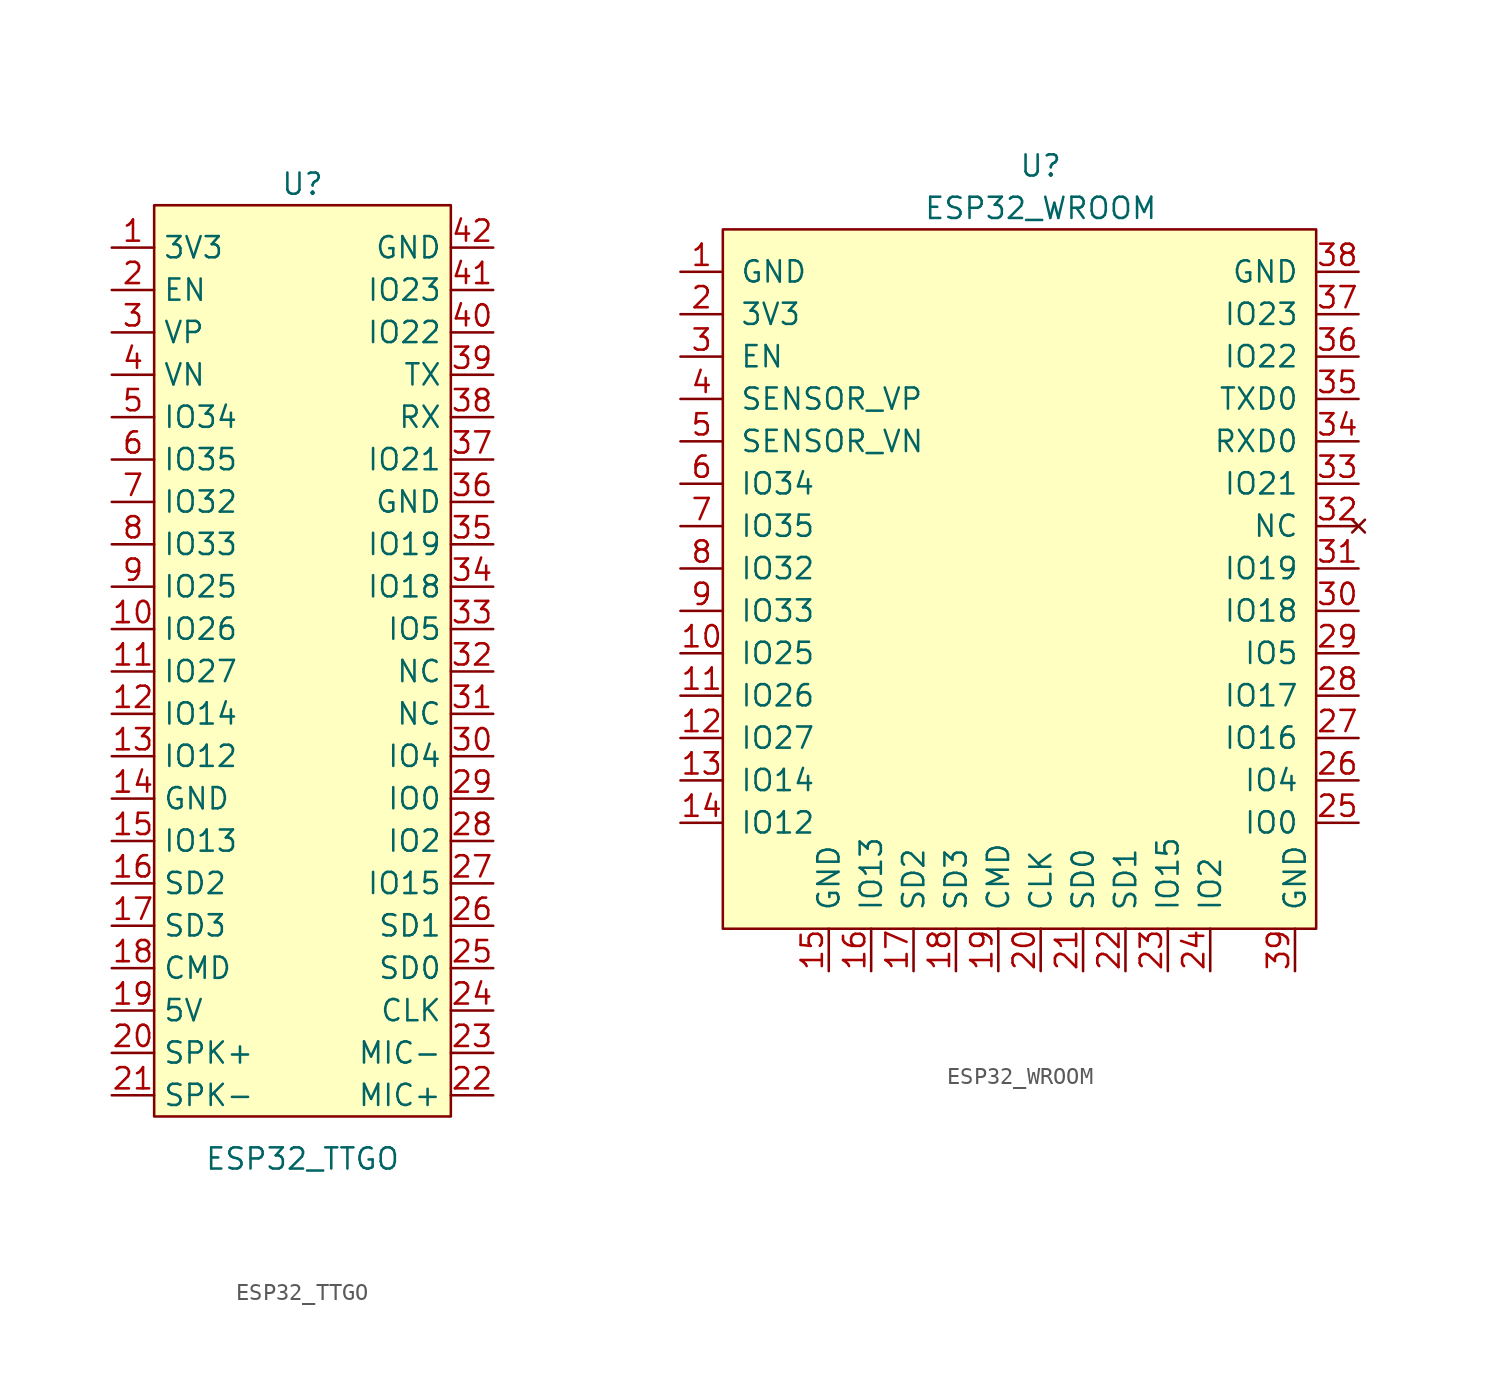
<source format=kicad_sym>
(kicad_symbol_lib
  (version 20211014)
  (generator kicad_symbol_editor)
  (symbol "ESP32_TTGO"
    (property "Reference" "U"
      (at 0 29.21 0)
      (effects (font (size 1.27 1.27))))
    (property "Value" "ESP32_TTGO"
      (at 0 -29.21 0)
      (effects (font (size 1.27 1.27))))
    (symbol "ESP32_TTGO_0_1"
      (rectangle (start -8.89 27.94) (end 8.89 -26.67) (stroke (width 0) (type default) (color 0 0 0 0)) (fill (type background))))
    (symbol "ESP32_TTGO_1_1"
      (pin input line (at -11.43 25.4 0) (length 2.54) (name "3V3" (effects (font (size 1.27 1.27)))) (number "1" (effects (font (size 1.27 1.27)))))
      (pin input line (at -11.43 2.54 0) (length 2.54) (name "IO26" (effects (font (size 1.27 1.27)))) (number "10" (effects (font (size 1.27 1.27)))))
      (pin input line (at -11.43 0 0) (length 2.54) (name "IO27" (effects (font (size 1.27 1.27)))) (number "11" (effects (font (size 1.27 1.27)))))
      (pin input line (at -11.43 -2.54 0) (length 2.54) (name "IO14" (effects (font (size 1.27 1.27)))) (number "12" (effects (font (size 1.27 1.27)))))
      (pin input line (at -11.43 -5.08 0) (length 2.54) (name "IO12" (effects (font (size 1.27 1.27)))) (number "13" (effects (font (size 1.27 1.27)))))
      (pin input line (at -11.43 -7.62 0) (length 2.54) (name "GND" (effects (font (size 1.27 1.27)))) (number "14" (effects (font (size 1.27 1.27)))))
      (pin input line (at -11.43 -10.16 0) (length 2.54) (name "IO13" (effects (font (size 1.27 1.27)))) (number "15" (effects (font (size 1.27 1.27)))))
      (pin input line (at -11.43 -12.7 0) (length 2.54) (name "SD2" (effects (font (size 1.27 1.27)))) (number "16" (effects (font (size 1.27 1.27)))))
      (pin input line (at -11.43 -15.24 0) (length 2.54) (name "SD3" (effects (font (size 1.27 1.27)))) (number "17" (effects (font (size 1.27 1.27)))))
      (pin input line (at -11.43 -17.78 0) (length 2.54) (name "CMD" (effects (font (size 1.27 1.27)))) (number "18" (effects (font (size 1.27 1.27)))))
      (pin input line (at -11.43 -20.32 0) (length 2.54) (name "5V" (effects (font (size 1.27 1.27)))) (number "19" (effects (font (size 1.27 1.27)))))
      (pin input line (at -11.43 22.86 0) (length 2.54) (name "EN" (effects (font (size 1.27 1.27)))) (number "2" (effects (font (size 1.27 1.27)))))
      (pin input line (at -11.43 -22.86 0) (length 2.54) (name "SPK+" (effects (font (size 1.27 1.27)))) (number "20" (effects (font (size 1.27 1.27)))))
      (pin input line (at -11.43 -25.4 0) (length 2.54) (name "SPK-" (effects (font (size 1.27 1.27)))) (number "21" (effects (font (size 1.27 1.27)))))
      (pin input line (at 11.43 -25.4 180) (length 2.54) (name "MIC+" (effects (font (size 1.27 1.27)))) (number "22" (effects (font (size 1.27 1.27)))))
      (pin input line (at 11.43 -22.86 180) (length 2.54) (name "MIC-" (effects (font (size 1.27 1.27)))) (number "23" (effects (font (size 1.27 1.27)))))
      (pin input line (at 11.43 -20.32 180) (length 2.54) (name "CLK" (effects (font (size 1.27 1.27)))) (number "24" (effects (font (size 1.27 1.27)))))
      (pin input line (at 11.43 -17.78 180) (length 2.54) (name "SD0" (effects (font (size 1.27 1.27)))) (number "25" (effects (font (size 1.27 1.27)))))
      (pin input line (at 11.43 -15.24 180) (length 2.54) (name "SD1" (effects (font (size 1.27 1.27)))) (number "26" (effects (font (size 1.27 1.27)))))
      (pin input line (at 11.43 -12.7 180) (length 2.54) (name "IO15" (effects (font (size 1.27 1.27)))) (number "27" (effects (font (size 1.27 1.27)))))
      (pin input line (at 11.43 -10.16 180) (length 2.54) (name "IO2" (effects (font (size 1.27 1.27)))) (number "28" (effects (font (size 1.27 1.27)))))
      (pin input line (at 11.43 -7.62 180) (length 2.54) (name "IO0" (effects (font (size 1.27 1.27)))) (number "29" (effects (font (size 1.27 1.27)))))
      (pin input line (at -11.43 20.32 0) (length 2.54) (name "VP" (effects (font (size 1.27 1.27)))) (number "3" (effects (font (size 1.27 1.27)))))
      (pin input line (at 11.43 -5.08 180) (length 2.54) (name "IO4" (effects (font (size 1.27 1.27)))) (number "30" (effects (font (size 1.27 1.27)))))
      (pin input line (at 11.43 -2.54 180) (length 2.54) (name "NC" (effects (font (size 1.27 1.27)))) (number "31" (effects (font (size 1.27 1.27)))))
      (pin input line (at 11.43 0 180) (length 2.54) (name "NC" (effects (font (size 1.27 1.27)))) (number "32" (effects (font (size 1.27 1.27)))))
      (pin input line (at 11.43 2.54 180) (length 2.54) (name "IO5" (effects (font (size 1.27 1.27)))) (number "33" (effects (font (size 1.27 1.27)))))
      (pin input line (at 11.43 5.08 180) (length 2.54) (name "IO18" (effects (font (size 1.27 1.27)))) (number "34" (effects (font (size 1.27 1.27)))))
      (pin input line (at 11.43 7.62 180) (length 2.54) (name "IO19" (effects (font (size 1.27 1.27)))) (number "35" (effects (font (size 1.27 1.27)))))
      (pin input line (at 11.43 10.16 180) (length 2.54) (name "GND" (effects (font (size 1.27 1.27)))) (number "36" (effects (font (size 1.27 1.27)))))
      (pin input line (at 11.43 12.7 180) (length 2.54) (name "IO21" (effects (font (size 1.27 1.27)))) (number "37" (effects (font (size 1.27 1.27)))))
      (pin input line (at 11.43 15.24 180) (length 2.54) (name "RX" (effects (font (size 1.27 1.27)))) (number "38" (effects (font (size 1.27 1.27)))))
      (pin input line (at 11.43 17.78 180) (length 2.54) (name "TX" (effects (font (size 1.27 1.27)))) (number "39" (effects (font (size 1.27 1.27)))))
      (pin input line (at -11.43 17.78 0) (length 2.54) (name "VN" (effects (font (size 1.27 1.27)))) (number "4" (effects (font (size 1.27 1.27)))))
      (pin input line (at 11.43 20.32 180) (length 2.54) (name "IO22" (effects (font (size 1.27 1.27)))) (number "40" (effects (font (size 1.27 1.27)))))
      (pin input line (at 11.43 22.86 180) (length 2.54) (name "IO23" (effects (font (size 1.27 1.27)))) (number "41" (effects (font (size 1.27 1.27)))))
      (pin input line (at 11.43 25.4 180) (length 2.54) (name "GND" (effects (font (size 1.27 1.27)))) (number "42" (effects (font (size 1.27 1.27)))))
      (pin input line (at -11.43 15.24 0) (length 2.54) (name "IO34" (effects (font (size 1.27 1.27)))) (number "5" (effects (font (size 1.27 1.27)))))
      (pin input line (at -11.43 12.7 0) (length 2.54) (name "IO35" (effects (font (size 1.27 1.27)))) (number "6" (effects (font (size 1.27 1.27)))))
      (pin input line (at -11.43 10.16 0) (length 2.54) (name "IO32" (effects (font (size 1.27 1.27)))) (number "7" (effects (font (size 1.27 1.27)))))
      (pin input line (at -11.43 7.62 0) (length 2.54) (name "IO33" (effects (font (size 1.27 1.27)))) (number "8" (effects (font (size 1.27 1.27)))))
      (pin input line (at -11.43 5.08 0) (length 2.54) (name "IO25" (effects (font (size 1.27 1.27)))) (number "9" (effects (font (size 1.27 1.27)))))))
  (symbol "ESP32_WROOM"
    (pin_names
      (offset 1.016))
    (property "Reference" "U"
      (at 0 24.13 0)
      (effects (font (size 1.27 1.27))))
    (property "Value" "ESP32_WROOM"
      (at 0 21.59 0)
      (effects (font (size 1.27 1.27))))
    (symbol "ESP32_WROOM_0_1"
      (rectangle (start -19.05 20.32) (end 16.51 -21.59) (stroke (width 0) (type default) (color 0 0 0 0)) (fill (type background))))
    (symbol "ESP32_WROOM_1_1"
      (pin power_in line (at -21.59 17.78 0) (length 2.54) (name "GND" (effects (font (size 1.27 1.27)))) (number "1" (effects (font (size 1.27 1.27)))))
      (pin bidirectional line (at -21.59 -5.08 0) (length 2.54) (name "IO25" (effects (font (size 1.27 1.27)))) (number "10" (effects (font (size 1.27 1.27)))))
      (pin bidirectional line (at -21.59 -7.62 0) (length 2.54) (name "IO26" (effects (font (size 1.27 1.27)))) (number "11" (effects (font (size 1.27 1.27)))))
      (pin bidirectional line (at -21.59 -10.16 0) (length 2.54) (name "IO27" (effects (font (size 1.27 1.27)))) (number "12" (effects (font (size 1.27 1.27)))))
      (pin bidirectional line (at -21.59 -12.7 0) (length 2.54) (name "IO14" (effects (font (size 1.27 1.27)))) (number "13" (effects (font (size 1.27 1.27)))))
      (pin bidirectional line (at -21.59 -15.24 0) (length 2.54) (name "IO12" (effects (font (size 1.27 1.27)))) (number "14" (effects (font (size 1.27 1.27)))))
      (pin power_in line (at -12.7 -24.13 90) (length 2.54) (name "GND" (effects (font (size 1.27 1.27)))) (number "15" (effects (font (size 1.27 1.27)))))
      (pin bidirectional line (at -10.16 -24.13 90) (length 2.54) (name "IO13" (effects (font (size 1.27 1.27)))) (number "16" (effects (font (size 1.27 1.27)))))
      (pin bidirectional line (at -7.62 -24.13 90) (length 2.54) (name "SD2" (effects (font (size 1.27 1.27)))) (number "17" (effects (font (size 1.27 1.27)))))
      (pin bidirectional line (at -5.08 -24.13 90) (length 2.54) (name "SD3" (effects (font (size 1.27 1.27)))) (number "18" (effects (font (size 1.27 1.27)))))
      (pin bidirectional line (at -2.54 -24.13 90) (length 2.54) (name "CMD" (effects (font (size 1.27 1.27)))) (number "19" (effects (font (size 1.27 1.27)))))
      (pin power_in line (at -21.59 15.24 0) (length 2.54) (name "3V3" (effects (font (size 1.27 1.27)))) (number "2" (effects (font (size 1.27 1.27)))))
      (pin bidirectional line (at 0 -24.13 90) (length 2.54) (name "CLK" (effects (font (size 1.27 1.27)))) (number "20" (effects (font (size 1.27 1.27)))))
      (pin bidirectional line (at 2.54 -24.13 90) (length 2.54) (name "SD0" (effects (font (size 1.27 1.27)))) (number "21" (effects (font (size 1.27 1.27)))))
      (pin bidirectional line (at 5.08 -24.13 90) (length 2.54) (name "SD1" (effects (font (size 1.27 1.27)))) (number "22" (effects (font (size 1.27 1.27)))))
      (pin bidirectional line (at 7.62 -24.13 90) (length 2.54) (name "IO15" (effects (font (size 1.27 1.27)))) (number "23" (effects (font (size 1.27 1.27)))))
      (pin bidirectional line (at 10.16 -24.13 90) (length 2.54) (name "IO2" (effects (font (size 1.27 1.27)))) (number "24" (effects (font (size 1.27 1.27)))))
      (pin bidirectional line (at 19.05 -15.24 180) (length 2.54) (name "IO0" (effects (font (size 1.27 1.27)))) (number "25" (effects (font (size 1.27 1.27)))))
      (pin bidirectional line (at 19.05 -12.7 180) (length 2.54) (name "IO4" (effects (font (size 1.27 1.27)))) (number "26" (effects (font (size 1.27 1.27)))))
      (pin bidirectional line (at 19.05 -10.16 180) (length 2.54) (name "IO16" (effects (font (size 1.27 1.27)))) (number "27" (effects (font (size 1.27 1.27)))))
      (pin bidirectional line (at 19.05 -7.62 180) (length 2.54) (name "IO17" (effects (font (size 1.27 1.27)))) (number "28" (effects (font (size 1.27 1.27)))))
      (pin bidirectional line (at 19.05 -5.08 180) (length 2.54) (name "IO5" (effects (font (size 1.27 1.27)))) (number "29" (effects (font (size 1.27 1.27)))))
      (pin input line (at -21.59 12.7 0) (length 2.54) (name "EN" (effects (font (size 1.27 1.27)))) (number "3" (effects (font (size 1.27 1.27)))))
      (pin bidirectional line (at 19.05 -2.54 180) (length 2.54) (name "IO18" (effects (font (size 1.27 1.27)))) (number "30" (effects (font (size 1.27 1.27)))))
      (pin bidirectional line (at 19.05 0 180) (length 2.54) (name "IO19" (effects (font (size 1.27 1.27)))) (number "31" (effects (font (size 1.27 1.27)))))
      (pin no_connect line (at 19.05 2.54 180) (length 2.54) (name "NC" (effects (font (size 1.27 1.27)))) (number "32" (effects (font (size 1.27 1.27)))))
      (pin bidirectional line (at 19.05 5.08 180) (length 2.54) (name "IO21" (effects (font (size 1.27 1.27)))) (number "33" (effects (font (size 1.27 1.27)))))
      (pin input line (at 19.05 7.62 180) (length 2.54) (name "RXD0" (effects (font (size 1.27 1.27)))) (number "34" (effects (font (size 1.27 1.27)))))
      (pin output line (at 19.05 10.16 180) (length 2.54) (name "TXD0" (effects (font (size 1.27 1.27)))) (number "35" (effects (font (size 1.27 1.27)))))
      (pin bidirectional line (at 19.05 12.7 180) (length 2.54) (name "IO22" (effects (font (size 1.27 1.27)))) (number "36" (effects (font (size 1.27 1.27)))))
      (pin bidirectional line (at 19.05 15.24 180) (length 2.54) (name "IO23" (effects (font (size 1.27 1.27)))) (number "37" (effects (font (size 1.27 1.27)))))
      (pin power_in line (at 19.05 17.78 180) (length 2.54) (name "GND" (effects (font (size 1.27 1.27)))) (number "38" (effects (font (size 1.27 1.27)))))
      (pin power_in line (at 15.24 -24.13 90) (length 2.54) (name "GND" (effects (font (size 1.27 1.27)))) (number "39" (effects (font (size 1.27 1.27)))))
      (pin input line (at -21.59 10.16 0) (length 2.54) (name "SENSOR_VP" (effects (font (size 1.27 1.27)))) (number "4" (effects (font (size 1.27 1.27)))))
      (pin input line (at -21.59 7.62 0) (length 2.54) (name "SENSOR_VN" (effects (font (size 1.27 1.27)))) (number "5" (effects (font (size 1.27 1.27)))))
      (pin bidirectional line (at -21.59 5.08 0) (length 2.54) (name "IO34" (effects (font (size 1.27 1.27)))) (number "6" (effects (font (size 1.27 1.27)))))
      (pin bidirectional line (at -21.59 2.54 0) (length 2.54) (name "IO35" (effects (font (size 1.27 1.27)))) (number "7" (effects (font (size 1.27 1.27)))))
      (pin bidirectional line (at -21.59 0 0) (length 2.54) (name "IO32" (effects (font (size 1.27 1.27)))) (number "8" (effects (font (size 1.27 1.27)))))
      (pin bidirectional line (at -21.59 -2.54 0) (length 2.54) (name "IO33" (effects (font (size 1.27 1.27)))) (number "9" (effects (font (size 1.27 1.27))))))))
</source>
